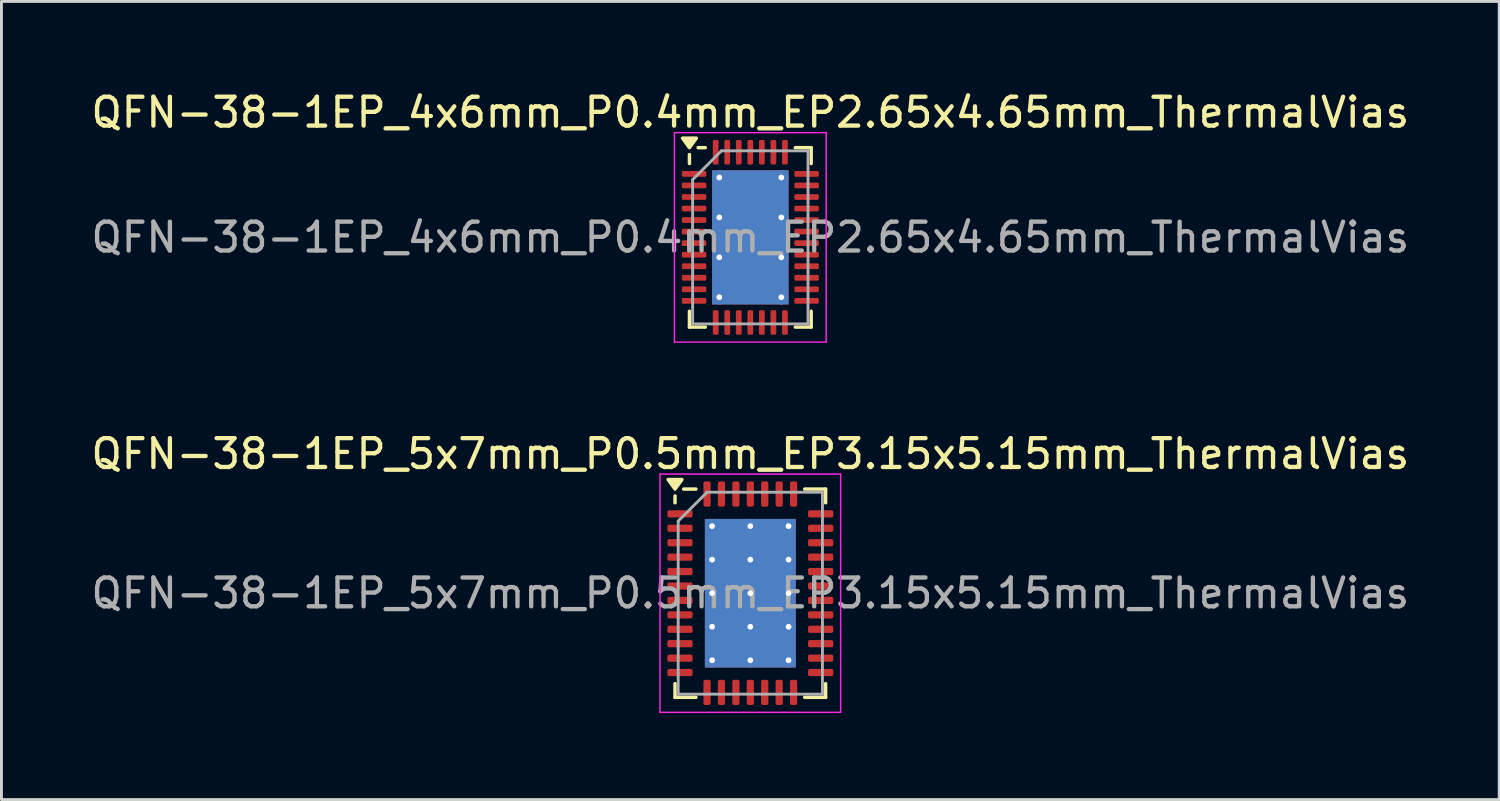
<source format=kicad_pcb>
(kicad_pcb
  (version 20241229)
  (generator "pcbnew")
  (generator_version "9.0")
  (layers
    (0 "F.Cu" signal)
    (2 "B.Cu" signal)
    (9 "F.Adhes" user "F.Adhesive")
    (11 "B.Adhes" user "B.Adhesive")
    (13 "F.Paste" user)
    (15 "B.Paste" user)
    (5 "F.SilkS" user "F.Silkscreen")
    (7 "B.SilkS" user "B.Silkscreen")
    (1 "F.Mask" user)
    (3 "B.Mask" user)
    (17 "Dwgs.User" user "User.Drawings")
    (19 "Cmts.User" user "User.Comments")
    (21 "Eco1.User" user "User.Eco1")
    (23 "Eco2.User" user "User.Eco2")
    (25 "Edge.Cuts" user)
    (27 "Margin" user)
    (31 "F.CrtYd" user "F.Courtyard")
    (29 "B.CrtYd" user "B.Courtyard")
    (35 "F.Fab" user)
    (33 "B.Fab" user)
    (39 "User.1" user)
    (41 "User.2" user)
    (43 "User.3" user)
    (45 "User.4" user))
  (footprint "QFN-38-1EP_5x7mm_P0.5mm_EP3.15x5.15mm_ThermalVias"
    (layer "F.Cu")
    (at 22.958 17.512)
    (property "Reference" "QFN-38-1EP_5x7mm_P0.5mm_EP3.15x5.15mm_ThermalVias" (at 0 -4.83 0) (layer "F.SilkS") (effects (font (size 1 1) (thickness 0.15))))
    (attr smd)
    (fp_line (start -2.61 -3.135) (end -2.61 -3.37) (stroke (width 0.12) (type solid)) (layer "F.SilkS"))
    (fp_line (start -2.61 3.61) (end -2.61 3.135) (stroke (width 0.12) (type solid)) (layer "F.SilkS"))
    (fp_line (start -1.885 -3.61) (end -2.31 -3.61) (stroke (width 0.12) (type solid)) (layer "F.SilkS"))
    (fp_line (start -1.885 3.61) (end -2.61 3.61) (stroke (width 0.12) (type solid)) (layer "F.SilkS"))
    (fp_line (start 1.885 -3.61) (end 2.61 -3.61) (stroke (width 0.12) (type solid)) (layer "F.SilkS"))
    (fp_line (start 1.885 3.61) (end 2.61 3.61) (stroke (width 0.12) (type solid)) (layer "F.SilkS"))
    (fp_line (start 2.61 -3.61) (end 2.61 -3.135) (stroke (width 0.12) (type solid)) (layer "F.SilkS"))
    (fp_line (start 2.61 3.61) (end 2.61 3.135) (stroke (width 0.12) (type solid)) (layer "F.SilkS"))
    (fp_poly (pts (xy -2.61 -3.61) (xy -2.85 -3.94) (xy -2.37 -3.94) (xy -2.61 -3.61)) (stroke (width 0.12) (type solid)) (fill yes) (layer "F.SilkS"))
    (fp_line (start -3.13 -4.13) (end -3.13 4.13) (stroke (width 0.05) (type solid)) (layer "F.CrtYd"))
    (fp_line (start -3.13 4.13) (end 3.13 4.13) (stroke (width 0.05) (type solid)) (layer "F.CrtYd"))
    (fp_line (start 3.13 -4.13) (end -3.13 -4.13) (stroke (width 0.05) (type solid)) (layer "F.CrtYd"))
    (fp_line (start 3.13 4.13) (end 3.13 -4.13) (stroke (width 0.05) (type solid)) (layer "F.CrtYd"))
    (fp_line (start -2.5 -2.5) (end -1.5 -3.5) (stroke (width 0.1) (type solid)) (layer "F.Fab"))
    (fp_line (start -2.5 3.5) (end -2.5 -2.5) (stroke (width 0.1) (type solid)) (layer "F.Fab"))
    (fp_line (start -1.5 -3.5) (end 2.5 -3.5) (stroke (width 0.1) (type solid)) (layer "F.Fab"))
    (fp_line (start 2.5 -3.5) (end 2.5 3.5) (stroke (width 0.1) (type solid)) (layer "F.Fab"))
    (fp_line (start 2.5 3.5) (end -2.5 3.5) (stroke (width 0.1) (type solid)) (layer "F.Fab"))
    (fp_text user "${REFERENCE}" (at 0 0 0) (layer "F.Fab") (effects (font (size 1 1) (thickness 0.15))))
    (pad "" smd roundrect (at -0.79 -1.935) (size 1.36 1.12) (layers "F.Paste") (roundrect_rratio 0.223))
    (pad "" smd roundrect (at -0.79 -0.645) (size 1.36 1.12) (layers "F.Paste") (roundrect_rratio 0.223))
    (pad "" smd roundrect (at -0.79 0.645) (size 1.36 1.12) (layers "F.Paste") (roundrect_rratio 0.223))
    (pad "" smd roundrect (at -0.79 1.935) (size 1.36 1.12) (layers "F.Paste") (roundrect_rratio 0.223))
    (pad "" smd roundrect (at 0.79 -1.935) (size 1.36 1.12) (layers "F.Paste") (roundrect_rratio 0.223))
    (pad "" smd roundrect (at 0.79 -0.645) (size 1.36 1.12) (layers "F.Paste") (roundrect_rratio 0.223))
    (pad "" smd roundrect (at 0.79 0.645) (size 1.36 1.12) (layers "F.Paste") (roundrect_rratio 0.223))
    (pad "" smd roundrect (at 0.79 1.935) (size 1.36 1.12) (layers "F.Paste") (roundrect_rratio 0.223))
    (pad "1" smd roundrect (at -2.438 -2.75) (size 0.875 0.25) (layers "F.Cu" "F.Mask" "F.Paste") (roundrect_rratio 0.25))
    (pad "2" smd roundrect (at -2.438 -2.25) (size 0.875 0.25) (layers "F.Cu" "F.Mask" "F.Paste") (roundrect_rratio 0.25))
    (pad "3" smd roundrect (at -2.438 -1.75) (size 0.875 0.25) (layers "F.Cu" "F.Mask" "F.Paste") (roundrect_rratio 0.25))
    (pad "4" smd roundrect (at -2.438 -1.25) (size 0.875 0.25) (layers "F.Cu" "F.Mask" "F.Paste") (roundrect_rratio 0.25))
    (pad "5" smd roundrect (at -2.438 -0.75) (size 0.875 0.25) (layers "F.Cu" "F.Mask" "F.Paste") (roundrect_rratio 0.25))
    (pad "6" smd roundrect (at -2.438 -0.25) (size 0.875 0.25) (layers "F.Cu" "F.Mask" "F.Paste") (roundrect_rratio 0.25))
    (pad "7" smd roundrect (at -2.438 0.25) (size 0.875 0.25) (layers "F.Cu" "F.Mask" "F.Paste") (roundrect_rratio 0.25))
    (pad "8" smd roundrect (at -2.438 0.75) (size 0.875 0.25) (layers "F.Cu" "F.Mask" "F.Paste") (roundrect_rratio 0.25))
    (pad "9" smd roundrect (at -2.438 1.25) (size 0.875 0.25) (layers "F.Cu" "F.Mask" "F.Paste") (roundrect_rratio 0.25))
    (pad "10" smd roundrect (at -2.438 1.75) (size 0.875 0.25) (layers "F.Cu" "F.Mask" "F.Paste") (roundrect_rratio 0.25))
    (pad "11" smd roundrect (at -2.438 2.25) (size 0.875 0.25) (layers "F.Cu" "F.Mask" "F.Paste") (roundrect_rratio 0.25))
    (pad "12" smd roundrect (at -2.438 2.75) (size 0.875 0.25) (layers "F.Cu" "F.Mask" "F.Paste") (roundrect_rratio 0.25))
    (pad "13" smd roundrect (at -1.5 3.438) (size 0.25 0.875) (layers "F.Cu" "F.Mask" "F.Paste") (roundrect_rratio 0.25))
    (pad "14" smd roundrect (at -1 3.438) (size 0.25 0.875) (layers "F.Cu" "F.Mask" "F.Paste") (roundrect_rratio 0.25))
    (pad "15" smd roundrect (at -0.5 3.438) (size 0.25 0.875) (layers "F.Cu" "F.Mask" "F.Paste") (roundrect_rratio 0.25))
    (pad "16" smd roundrect (at 0 3.438) (size 0.25 0.875) (layers "F.Cu" "F.Mask" "F.Paste") (roundrect_rratio 0.25))
    (pad "17" smd roundrect (at 0.5 3.438) (size 0.25 0.875) (layers "F.Cu" "F.Mask" "F.Paste") (roundrect_rratio 0.25))
    (pad "18" smd roundrect (at 1 3.438) (size 0.25 0.875) (layers "F.Cu" "F.Mask" "F.Paste") (roundrect_rratio 0.25))
    (pad "19" smd roundrect (at 1.5 3.438) (size 0.25 0.875) (layers "F.Cu" "F.Mask" "F.Paste") (roundrect_rratio 0.25))
    (pad "20" smd roundrect (at 2.438 2.75) (size 0.875 0.25) (layers "F.Cu" "F.Mask" "F.Paste") (roundrect_rratio 0.25))
    (pad "21" smd roundrect (at 2.438 2.25) (size 0.875 0.25) (layers "F.Cu" "F.Mask" "F.Paste") (roundrect_rratio 0.25))
    (pad "22" smd roundrect (at 2.438 1.75) (size 0.875 0.25) (layers "F.Cu" "F.Mask" "F.Paste") (roundrect_rratio 0.25))
    (pad "23" smd roundrect (at 2.438 1.25) (size 0.875 0.25) (layers "F.Cu" "F.Mask" "F.Paste") (roundrect_rratio 0.25))
    (pad "24" smd roundrect (at 2.438 0.75) (size 0.875 0.25) (layers "F.Cu" "F.Mask" "F.Paste") (roundrect_rratio 0.25))
    (pad "25" smd roundrect (at 2.438 0.25) (size 0.875 0.25) (layers "F.Cu" "F.Mask" "F.Paste") (roundrect_rratio 0.25))
    (pad "26" smd roundrect (at 2.438 -0.25) (size 0.875 0.25) (layers "F.Cu" "F.Mask" "F.Paste") (roundrect_rratio 0.25))
    (pad "27" smd roundrect (at 2.438 -0.75) (size 0.875 0.25) (layers "F.Cu" "F.Mask" "F.Paste") (roundrect_rratio 0.25))
    (pad "28" smd roundrect (at 2.438 -1.25) (size 0.875 0.25) (layers "F.Cu" "F.Mask" "F.Paste") (roundrect_rratio 0.25))
    (pad "29" smd roundrect (at 2.438 -1.75) (size 0.875 0.25) (layers "F.Cu" "F.Mask" "F.Paste") (roundrect_rratio 0.25))
    (pad "30" smd roundrect (at 2.438 -2.25) (size 0.875 0.25) (layers "F.Cu" "F.Mask" "F.Paste") (roundrect_rratio 0.25))
    (pad "31" smd roundrect (at 2.438 -2.75) (size 0.875 0.25) (layers "F.Cu" "F.Mask" "F.Paste") (roundrect_rratio 0.25))
    (pad "32" smd roundrect (at 1.5 -3.438) (size 0.25 0.875) (layers "F.Cu" "F.Mask" "F.Paste") (roundrect_rratio 0.25))
    (pad "33" smd roundrect (at 1 -3.438) (size 0.25 0.875) (layers "F.Cu" "F.Mask" "F.Paste") (roundrect_rratio 0.25))
    (pad "34" smd roundrect (at 0.5 -3.438) (size 0.25 0.875) (layers "F.Cu" "F.Mask" "F.Paste") (roundrect_rratio 0.25))
    (pad "35" smd roundrect (at 0 -3.438) (size 0.25 0.875) (layers "F.Cu" "F.Mask" "F.Paste") (roundrect_rratio 0.25))
    (pad "36" smd roundrect (at -0.5 -3.438) (size 0.25 0.875) (layers "F.Cu" "F.Mask" "F.Paste") (roundrect_rratio 0.25))
    (pad "37" smd roundrect (at -1 -3.438) (size 0.25 0.875) (layers "F.Cu" "F.Mask" "F.Paste") (roundrect_rratio 0.25))
    (pad "38" smd roundrect (at -1.5 -3.438) (size 0.25 0.875) (layers "F.Cu" "F.Mask" "F.Paste") (roundrect_rratio 0.25))
    (pad "39" thru_hole circle (at -1.325 -2.325) (size 0.5 0.5) (drill 0.2) (property pad_prop_heatsink) (layers "*.Cu"))
    (pad "39" thru_hole circle (at -1.325 -1.163) (size 0.5 0.5) (drill 0.2) (property pad_prop_heatsink) (layers "*.Cu"))
    (pad "39" thru_hole circle (at -1.325 0) (size 0.5 0.5) (drill 0.2) (property pad_prop_heatsink) (layers "*.Cu"))
    (pad "39" thru_hole circle (at -1.325 1.163) (size 0.5 0.5) (drill 0.2) (property pad_prop_heatsink) (layers "*.Cu"))
    (pad "39" thru_hole circle (at -1.325 2.325) (size 0.5 0.5) (drill 0.2) (property pad_prop_heatsink) (layers "*.Cu"))
    (pad "39" thru_hole circle (at 0 -2.325) (size 0.5 0.5) (drill 0.2) (property pad_prop_heatsink) (layers "*.Cu"))
    (pad "39" thru_hole circle (at 0 -1.163) (size 0.5 0.5) (drill 0.2) (property pad_prop_heatsink) (layers "*.Cu"))
    (pad "39" thru_hole circle (at 0 0) (size 0.5 0.5) (drill 0.2) (property pad_prop_heatsink) (layers "*.Cu"))
    (pad "39" smd rect (at 0 0) (size 3.15 5.15) (property pad_prop_heatsink) (layers "F.Cu" "F.Mask"))
    (pad "39" smd rect (at 0 0) (size 3.15 5.15) (property pad_prop_heatsink) (layers "B.Cu"))
    (pad "39" thru_hole circle (at 0 1.163) (size 0.5 0.5) (drill 0.2) (property pad_prop_heatsink) (layers "*.Cu"))
    (pad "39" thru_hole circle (at 0 2.325) (size 0.5 0.5) (drill 0.2) (property pad_prop_heatsink) (layers "*.Cu"))
    (pad "39" thru_hole circle (at 1.325 -2.325) (size 0.5 0.5) (drill 0.2) (property pad_prop_heatsink) (layers "*.Cu"))
    (pad "39" thru_hole circle (at 1.325 -1.163) (size 0.5 0.5) (drill 0.2) (property pad_prop_heatsink) (layers "*.Cu"))
    (pad "39" thru_hole circle (at 1.325 0) (size 0.5 0.5) (drill 0.2) (property pad_prop_heatsink) (layers "*.Cu"))
    (pad "39" thru_hole circle (at 1.325 1.163) (size 0.5 0.5) (drill 0.2) (property pad_prop_heatsink) (layers "*.Cu"))
    (pad "39" thru_hole circle (at 1.325 2.325) (size 0.5 0.5) (drill 0.2) (property pad_prop_heatsink) (layers "*.Cu")))
  (footprint "QFN-38-1EP_4x6mm_P0.4mm_EP2.65x4.65mm_ThermalVias"
    (layer "F.Cu")
    (at 22.958 5.178)
    (property "Reference" "QFN-38-1EP_4x6mm_P0.4mm_EP2.65x4.65mm_ThermalVias" (at 0 -4.33 0) (layer "F.SilkS") (effects (font (size 1 1) (thickness 0.15))))
    (attr smd)
    (fp_line (start -2.11 -2.56) (end -2.11 -2.87) (stroke (width 0.12) (type solid)) (layer "F.SilkS"))
    (fp_line (start -2.11 3.11) (end -2.11 2.56) (stroke (width 0.12) (type solid)) (layer "F.SilkS"))
    (fp_line (start -1.56 -3.11) (end -1.81 -3.11) (stroke (width 0.12) (type solid)) (layer "F.SilkS"))
    (fp_line (start -1.56 3.11) (end -2.11 3.11) (stroke (width 0.12) (type solid)) (layer "F.SilkS"))
    (fp_line (start 1.56 -3.11) (end 2.11 -3.11) (stroke (width 0.12) (type solid)) (layer "F.SilkS"))
    (fp_line (start 1.56 3.11) (end 2.11 3.11) (stroke (width 0.12) (type solid)) (layer "F.SilkS"))
    (fp_line (start 2.11 -3.11) (end 2.11 -2.56) (stroke (width 0.12) (type solid)) (layer "F.SilkS"))
    (fp_line (start 2.11 3.11) (end 2.11 2.56) (stroke (width 0.12) (type solid)) (layer "F.SilkS"))
    (fp_poly (pts (xy -2.11 -3.11) (xy -2.35 -3.44) (xy -1.87 -3.44) (xy -2.11 -3.11)) (stroke (width 0.12) (type solid)) (fill yes) (layer "F.SilkS"))
    (fp_line (start -2.63 -3.63) (end -2.63 3.63) (stroke (width 0.05) (type solid)) (layer "F.CrtYd"))
    (fp_line (start -2.63 3.63) (end 2.63 3.63) (stroke (width 0.05) (type solid)) (layer "F.CrtYd"))
    (fp_line (start 2.63 -3.63) (end -2.63 -3.63) (stroke (width 0.05) (type solid)) (layer "F.CrtYd"))
    (fp_line (start 2.63 3.63) (end 2.63 -3.63) (stroke (width 0.05) (type solid)) (layer "F.CrtYd"))
    (fp_line (start -2 -2) (end -1 -3) (stroke (width 0.1) (type solid)) (layer "F.Fab"))
    (fp_line (start -2 3) (end -2 -2) (stroke (width 0.1) (type solid)) (layer "F.Fab"))
    (fp_line (start -1 -3) (end 2 -3) (stroke (width 0.1) (type solid)) (layer "F.Fab"))
    (fp_line (start 2 -3) (end 2 3) (stroke (width 0.1) (type solid)) (layer "F.Fab"))
    (fp_line (start 2 3) (end -2 3) (stroke (width 0.1) (type solid)) (layer "F.Fab"))
    (fp_text user "${REFERENCE}" (at 0 0 0) (layer "F.Fab") (effects (font (size 1 1) (thickness 0.15))))
    (pad "" smd roundrect (at -0.66 -1.74) (size 1.15 1.01) (layers "F.Paste") (roundrect_rratio 0.248))
    (pad "" smd roundrect (at -0.66 -0.58) (size 1.15 1.01) (layers "F.Paste") (roundrect_rratio 0.248))
    (pad "" smd roundrect (at -0.66 0.58) (size 1.15 1.01) (layers "F.Paste") (roundrect_rratio 0.248))
    (pad "" smd roundrect (at -0.66 1.74) (size 1.15 1.01) (layers "F.Paste") (roundrect_rratio 0.248))
    (pad "" smd roundrect (at 0.66 -1.74) (size 1.15 1.01) (layers "F.Paste") (roundrect_rratio 0.248))
    (pad "" smd roundrect (at 0.66 -0.58) (size 1.15 1.01) (layers "F.Paste") (roundrect_rratio 0.248))
    (pad "" smd roundrect (at 0.66 0.58) (size 1.15 1.01) (layers "F.Paste") (roundrect_rratio 0.248))
    (pad "" smd roundrect (at 0.66 1.74) (size 1.15 1.01) (layers "F.Paste") (roundrect_rratio 0.248))
    (pad "1" smd roundrect (at -1.95 -2.2) (size 0.85 0.2) (layers "F.Cu" "F.Mask" "F.Paste") (roundrect_rratio 0.25))
    (pad "2" smd roundrect (at -1.95 -1.8) (size 0.85 0.2) (layers "F.Cu" "F.Mask" "F.Paste") (roundrect_rratio 0.25))
    (pad "3" smd roundrect (at -1.95 -1.4) (size 0.85 0.2) (layers "F.Cu" "F.Mask" "F.Paste") (roundrect_rratio 0.25))
    (pad "4" smd roundrect (at -1.95 -1) (size 0.85 0.2) (layers "F.Cu" "F.Mask" "F.Paste") (roundrect_rratio 0.25))
    (pad "5" smd roundrect (at -1.95 -0.6) (size 0.85 0.2) (layers "F.Cu" "F.Mask" "F.Paste") (roundrect_rratio 0.25))
    (pad "6" smd roundrect (at -1.95 -0.2) (size 0.85 0.2) (layers "F.Cu" "F.Mask" "F.Paste") (roundrect_rratio 0.25))
    (pad "7" smd roundrect (at -1.95 0.2) (size 0.85 0.2) (layers "F.Cu" "F.Mask" "F.Paste") (roundrect_rratio 0.25))
    (pad "8" smd roundrect (at -1.95 0.6) (size 0.85 0.2) (layers "F.Cu" "F.Mask" "F.Paste") (roundrect_rratio 0.25))
    (pad "9" smd roundrect (at -1.95 1) (size 0.85 0.2) (layers "F.Cu" "F.Mask" "F.Paste") (roundrect_rratio 0.25))
    (pad "10" smd roundrect (at -1.95 1.4) (size 0.85 0.2) (layers "F.Cu" "F.Mask" "F.Paste") (roundrect_rratio 0.25))
    (pad "11" smd roundrect (at -1.95 1.8) (size 0.85 0.2) (layers "F.Cu" "F.Mask" "F.Paste") (roundrect_rratio 0.25))
    (pad "12" smd roundrect (at -1.95 2.2) (size 0.85 0.2) (layers "F.Cu" "F.Mask" "F.Paste") (roundrect_rratio 0.25))
    (pad "13" smd roundrect (at -1.2 2.95) (size 0.2 0.85) (layers "F.Cu" "F.Mask" "F.Paste") (roundrect_rratio 0.25))
    (pad "14" smd roundrect (at -0.8 2.95) (size 0.2 0.85) (layers "F.Cu" "F.Mask" "F.Paste") (roundrect_rratio 0.25))
    (pad "15" smd roundrect (at -0.4 2.95) (size 0.2 0.85) (layers "F.Cu" "F.Mask" "F.Paste") (roundrect_rratio 0.25))
    (pad "16" smd roundrect (at 0 2.95) (size 0.2 0.85) (layers "F.Cu" "F.Mask" "F.Paste") (roundrect_rratio 0.25))
    (pad "17" smd roundrect (at 0.4 2.95) (size 0.2 0.85) (layers "F.Cu" "F.Mask" "F.Paste") (roundrect_rratio 0.25))
    (pad "18" smd roundrect (at 0.8 2.95) (size 0.2 0.85) (layers "F.Cu" "F.Mask" "F.Paste") (roundrect_rratio 0.25))
    (pad "19" smd roundrect (at 1.2 2.95) (size 0.2 0.85) (layers "F.Cu" "F.Mask" "F.Paste") (roundrect_rratio 0.25))
    (pad "20" smd roundrect (at 1.95 2.2) (size 0.85 0.2) (layers "F.Cu" "F.Mask" "F.Paste") (roundrect_rratio 0.25))
    (pad "21" smd roundrect (at 1.95 1.8) (size 0.85 0.2) (layers "F.Cu" "F.Mask" "F.Paste") (roundrect_rratio 0.25))
    (pad "22" smd roundrect (at 1.95 1.4) (size 0.85 0.2) (layers "F.Cu" "F.Mask" "F.Paste") (roundrect_rratio 0.25))
    (pad "23" smd roundrect (at 1.95 1) (size 0.85 0.2) (layers "F.Cu" "F.Mask" "F.Paste") (roundrect_rratio 0.25))
    (pad "24" smd roundrect (at 1.95 0.6) (size 0.85 0.2) (layers "F.Cu" "F.Mask" "F.Paste") (roundrect_rratio 0.25))
    (pad "25" smd roundrect (at 1.95 0.2) (size 0.85 0.2) (layers "F.Cu" "F.Mask" "F.Paste") (roundrect_rratio 0.25))
    (pad "26" smd roundrect (at 1.95 -0.2) (size 0.85 0.2) (layers "F.Cu" "F.Mask" "F.Paste") (roundrect_rratio 0.25))
    (pad "27" smd roundrect (at 1.95 -0.6) (size 0.85 0.2) (layers "F.Cu" "F.Mask" "F.Paste") (roundrect_rratio 0.25))
    (pad "28" smd roundrect (at 1.95 -1) (size 0.85 0.2) (layers "F.Cu" "F.Mask" "F.Paste") (roundrect_rratio 0.25))
    (pad "29" smd roundrect (at 1.95 -1.4) (size 0.85 0.2) (layers "F.Cu" "F.Mask" "F.Paste") (roundrect_rratio 0.25))
    (pad "30" smd roundrect (at 1.95 -1.8) (size 0.85 0.2) (layers "F.Cu" "F.Mask" "F.Paste") (roundrect_rratio 0.25))
    (pad "31" smd roundrect (at 1.95 -2.2) (size 0.85 0.2) (layers "F.Cu" "F.Mask" "F.Paste") (roundrect_rratio 0.25))
    (pad "32" smd roundrect (at 1.2 -2.95) (size 0.2 0.85) (layers "F.Cu" "F.Mask" "F.Paste") (roundrect_rratio 0.25))
    (pad "33" smd roundrect (at 0.8 -2.95) (size 0.2 0.85) (layers "F.Cu" "F.Mask" "F.Paste") (roundrect_rratio 0.25))
    (pad "34" smd roundrect (at 0.4 -2.95) (size 0.2 0.85) (layers "F.Cu" "F.Mask" "F.Paste") (roundrect_rratio 0.25))
    (pad "35" smd roundrect (at 0 -2.95) (size 0.2 0.85) (layers "F.Cu" "F.Mask" "F.Paste") (roundrect_rratio 0.25))
    (pad "36" smd roundrect (at -0.4 -2.95) (size 0.2 0.85) (layers "F.Cu" "F.Mask" "F.Paste") (roundrect_rratio 0.25))
    (pad "37" smd roundrect (at -0.8 -2.95) (size 0.2 0.85) (layers "F.Cu" "F.Mask" "F.Paste") (roundrect_rratio 0.25))
    (pad "38" smd roundrect (at -1.2 -2.95) (size 0.2 0.85) (layers "F.Cu" "F.Mask" "F.Paste") (roundrect_rratio 0.25))
    (pad "39" thru_hole circle (at -1.075 -2.075) (size 0.5 0.5) (drill 0.2) (property pad_prop_heatsink) (layers "*.Cu"))
    (pad "39" thru_hole circle (at -1.075 -0.692) (size 0.5 0.5) (drill 0.2) (property pad_prop_heatsink) (layers "*.Cu"))
    (pad "39" thru_hole circle (at -1.075 0.692) (size 0.5 0.5) (drill 0.2) (property pad_prop_heatsink) (layers "*.Cu"))
    (pad "39" thru_hole circle (at -1.075 2.075) (size 0.5 0.5) (drill 0.2) (property pad_prop_heatsink) (layers "*.Cu"))
    (pad "39" smd rect (at 0 0) (size 2.65 4.65) (property pad_prop_heatsink) (layers "F.Cu" "F.Mask"))
    (pad "39" smd rect (at 0 0) (size 2.65 4.65) (property pad_prop_heatsink) (layers "B.Cu"))
    (pad "39" thru_hole circle (at 1.075 -2.075) (size 0.5 0.5) (drill 0.2) (property pad_prop_heatsink) (layers "*.Cu"))
    (pad "39" thru_hole circle (at 1.075 -0.692) (size 0.5 0.5) (drill 0.2) (property pad_prop_heatsink) (layers "*.Cu"))
    (pad "39" thru_hole circle (at 1.075 0.692) (size 0.5 0.5) (drill 0.2) (property pad_prop_heatsink) (layers "*.Cu"))
    (pad "39" thru_hole circle (at 1.075 2.075) (size 0.5 0.5) (drill 0.2) (property pad_prop_heatsink) (layers "*.Cu")))
  (gr_rect
    (start -3 -3)
    (end 48.917 24.666)
    (stroke (width 0.1) (type default))
    (fill no)
    (layer "Edge.Cuts")))
</source>
